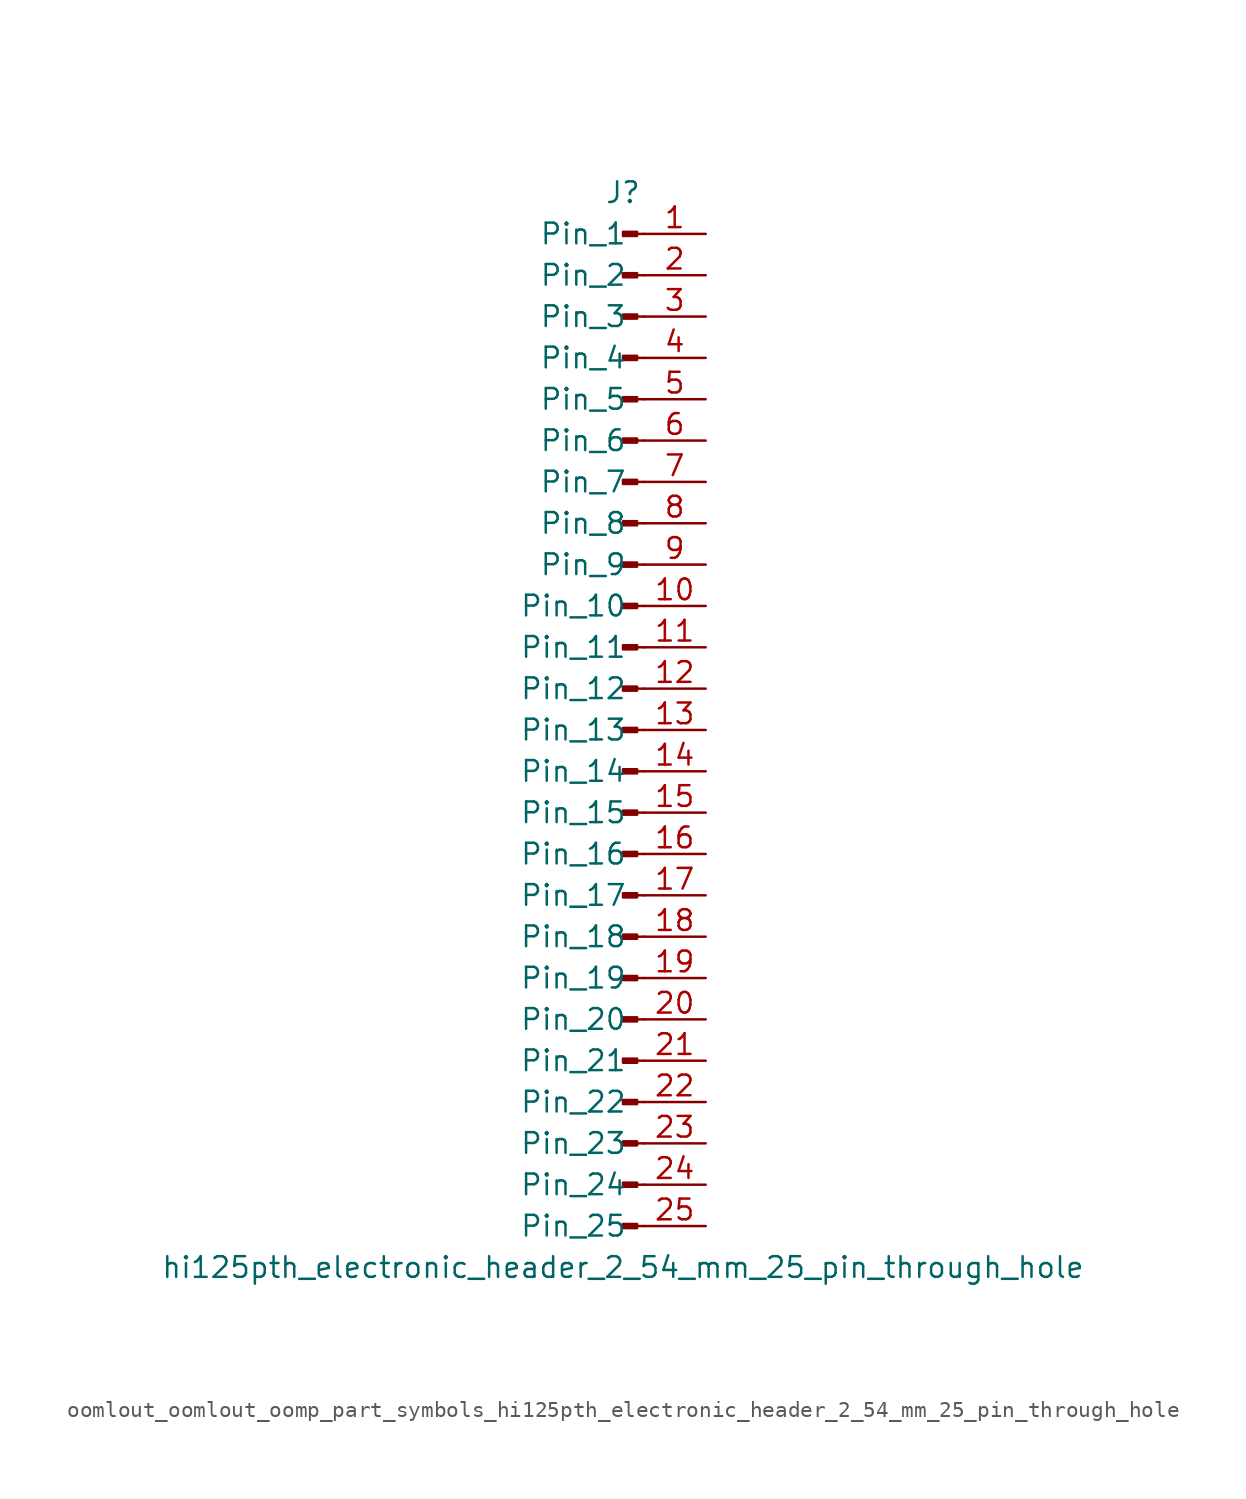
<source format=kicad_sym>
(kicad_symbol_lib
  (version 20220914)
  (generator kicad_symbol_editor)
  (symbol "oomlout_oomlout_oomp_part_symbols_hi125pth_electronic_header_2_54_mm_25_pin_through_hole"
    (pin_names
      (offset 1.016))
    (property "Reference" "J"
      (at 0 33.02 0)
      (effects (font (size 1.27 1.27))))
    (property "Value" "hi125pth_electronic_header_2_54_mm_25_pin_through_hole"
      (at 0 -33.02 0)
      (effects (font (size 1.27 1.27))))
    (property "ki_locked" ""
      (at 0 0 0)
      (effects (font (size 1.27 1.27))))
    (symbol "oomlout_oomlout_oomp_part_symbols_hi125pth_electronic_header_2_54_mm_25_pin_through_hole_1_1"
      (polyline (pts (xy 1.27 -30.48) (xy 0.864 -30.48)) (stroke (width 0.152) (type default)) (fill (type none)))
      (polyline (pts (xy 1.27 -27.94) (xy 0.864 -27.94)) (stroke (width 0.152) (type default)) (fill (type none)))
      (polyline (pts (xy 1.27 -25.4) (xy 0.864 -25.4)) (stroke (width 0.152) (type default)) (fill (type none)))
      (polyline (pts (xy 1.27 -22.86) (xy 0.864 -22.86)) (stroke (width 0.152) (type default)) (fill (type none)))
      (polyline (pts (xy 1.27 -20.32) (xy 0.864 -20.32)) (stroke (width 0.152) (type default)) (fill (type none)))
      (polyline (pts (xy 1.27 -17.78) (xy 0.864 -17.78)) (stroke (width 0.152) (type default)) (fill (type none)))
      (polyline (pts (xy 1.27 -15.24) (xy 0.864 -15.24)) (stroke (width 0.152) (type default)) (fill (type none)))
      (polyline (pts (xy 1.27 -12.7) (xy 0.864 -12.7)) (stroke (width 0.152) (type default)) (fill (type none)))
      (polyline (pts (xy 1.27 -10.16) (xy 0.864 -10.16)) (stroke (width 0.152) (type default)) (fill (type none)))
      (polyline (pts (xy 1.27 -7.62) (xy 0.864 -7.62)) (stroke (width 0.152) (type default)) (fill (type none)))
      (polyline (pts (xy 1.27 -5.08) (xy 0.864 -5.08)) (stroke (width 0.152) (type default)) (fill (type none)))
      (polyline (pts (xy 1.27 -2.54) (xy 0.864 -2.54)) (stroke (width 0.152) (type default)) (fill (type none)))
      (polyline (pts (xy 1.27 0) (xy 0.864 0)) (stroke (width 0.152) (type default)) (fill (type none)))
      (polyline (pts (xy 1.27 2.54) (xy 0.864 2.54)) (stroke (width 0.152) (type default)) (fill (type none)))
      (polyline (pts (xy 1.27 5.08) (xy 0.864 5.08)) (stroke (width 0.152) (type default)) (fill (type none)))
      (polyline (pts (xy 1.27 7.62) (xy 0.864 7.62)) (stroke (width 0.152) (type default)) (fill (type none)))
      (polyline (pts (xy 1.27 10.16) (xy 0.864 10.16)) (stroke (width 0.152) (type default)) (fill (type none)))
      (polyline (pts (xy 1.27 12.7) (xy 0.864 12.7)) (stroke (width 0.152) (type default)) (fill (type none)))
      (polyline (pts (xy 1.27 15.24) (xy 0.864 15.24)) (stroke (width 0.152) (type default)) (fill (type none)))
      (polyline (pts (xy 1.27 17.78) (xy 0.864 17.78)) (stroke (width 0.152) (type default)) (fill (type none)))
      (polyline (pts (xy 1.27 20.32) (xy 0.864 20.32)) (stroke (width 0.152) (type default)) (fill (type none)))
      (polyline (pts (xy 1.27 22.86) (xy 0.864 22.86)) (stroke (width 0.152) (type default)) (fill (type none)))
      (polyline (pts (xy 1.27 25.4) (xy 0.864 25.4)) (stroke (width 0.152) (type default)) (fill (type none)))
      (polyline (pts (xy 1.27 27.94) (xy 0.864 27.94)) (stroke (width 0.152) (type default)) (fill (type none)))
      (polyline (pts (xy 1.27 30.48) (xy 0.864 30.48)) (stroke (width 0.152) (type default)) (fill (type none)))
      (rectangle (start 0.864 -30.353) (end 0 -30.607) (stroke (width 0.152) (type default)) (fill (type outline)))
      (rectangle (start 0.864 -27.813) (end 0 -28.067) (stroke (width 0.152) (type default)) (fill (type outline)))
      (rectangle (start 0.864 -25.273) (end 0 -25.527) (stroke (width 0.152) (type default)) (fill (type outline)))
      (rectangle (start 0.864 -22.733) (end 0 -22.987) (stroke (width 0.152) (type default)) (fill (type outline)))
      (rectangle (start 0.864 -20.193) (end 0 -20.447) (stroke (width 0.152) (type default)) (fill (type outline)))
      (rectangle (start 0.864 -17.653) (end 0 -17.907) (stroke (width 0.152) (type default)) (fill (type outline)))
      (rectangle (start 0.864 -15.113) (end 0 -15.367) (stroke (width 0.152) (type default)) (fill (type outline)))
      (rectangle (start 0.864 -12.573) (end 0 -12.827) (stroke (width 0.152) (type default)) (fill (type outline)))
      (rectangle (start 0.864 -10.033) (end 0 -10.287) (stroke (width 0.152) (type default)) (fill (type outline)))
      (rectangle (start 0.864 -7.493) (end 0 -7.747) (stroke (width 0.152) (type default)) (fill (type outline)))
      (rectangle (start 0.864 -4.953) (end 0 -5.207) (stroke (width 0.152) (type default)) (fill (type outline)))
      (rectangle (start 0.864 -2.413) (end 0 -2.667) (stroke (width 0.152) (type default)) (fill (type outline)))
      (rectangle (start 0.864 0.127) (end 0 -0.127) (stroke (width 0.152) (type default)) (fill (type outline)))
      (rectangle (start 0.864 2.667) (end 0 2.413) (stroke (width 0.152) (type default)) (fill (type outline)))
      (rectangle (start 0.864 5.207) (end 0 4.953) (stroke (width 0.152) (type default)) (fill (type outline)))
      (rectangle (start 0.864 7.747) (end 0 7.493) (stroke (width 0.152) (type default)) (fill (type outline)))
      (rectangle (start 0.864 10.287) (end 0 10.033) (stroke (width 0.152) (type default)) (fill (type outline)))
      (rectangle (start 0.864 12.827) (end 0 12.573) (stroke (width 0.152) (type default)) (fill (type outline)))
      (rectangle (start 0.864 15.367) (end 0 15.113) (stroke (width 0.152) (type default)) (fill (type outline)))
      (rectangle (start 0.864 17.907) (end 0 17.653) (stroke (width 0.152) (type default)) (fill (type outline)))
      (rectangle (start 0.864 20.447) (end 0 20.193) (stroke (width 0.152) (type default)) (fill (type outline)))
      (rectangle (start 0.864 22.987) (end 0 22.733) (stroke (width 0.152) (type default)) (fill (type outline)))
      (rectangle (start 0.864 25.527) (end 0 25.273) (stroke (width 0.152) (type default)) (fill (type outline)))
      (rectangle (start 0.864 28.067) (end 0 27.813) (stroke (width 0.152) (type default)) (fill (type outline)))
      (rectangle (start 0.864 30.607) (end 0 30.353) (stroke (width 0.152) (type default)) (fill (type outline)))
      (pin passive line (at 5.08 30.48 180) (length 3.81) (name "Pin_1" (effects (font (size 1.27 1.27)))) (number "1" (effects (font (size 1.27 1.27)))))
      (pin passive line (at 5.08 7.62 180) (length 3.81) (name "Pin_10" (effects (font (size 1.27 1.27)))) (number "10" (effects (font (size 1.27 1.27)))))
      (pin passive line (at 5.08 5.08 180) (length 3.81) (name "Pin_11" (effects (font (size 1.27 1.27)))) (number "11" (effects (font (size 1.27 1.27)))))
      (pin passive line (at 5.08 2.54 180) (length 3.81) (name "Pin_12" (effects (font (size 1.27 1.27)))) (number "12" (effects (font (size 1.27 1.27)))))
      (pin passive line (at 5.08 0 180) (length 3.81) (name "Pin_13" (effects (font (size 1.27 1.27)))) (number "13" (effects (font (size 1.27 1.27)))))
      (pin passive line (at 5.08 -2.54 180) (length 3.81) (name "Pin_14" (effects (font (size 1.27 1.27)))) (number "14" (effects (font (size 1.27 1.27)))))
      (pin passive line (at 5.08 -5.08 180) (length 3.81) (name "Pin_15" (effects (font (size 1.27 1.27)))) (number "15" (effects (font (size 1.27 1.27)))))
      (pin passive line (at 5.08 -7.62 180) (length 3.81) (name "Pin_16" (effects (font (size 1.27 1.27)))) (number "16" (effects (font (size 1.27 1.27)))))
      (pin passive line (at 5.08 -10.16 180) (length 3.81) (name "Pin_17" (effects (font (size 1.27 1.27)))) (number "17" (effects (font (size 1.27 1.27)))))
      (pin passive line (at 5.08 -12.7 180) (length 3.81) (name "Pin_18" (effects (font (size 1.27 1.27)))) (number "18" (effects (font (size 1.27 1.27)))))
      (pin passive line (at 5.08 -15.24 180) (length 3.81) (name "Pin_19" (effects (font (size 1.27 1.27)))) (number "19" (effects (font (size 1.27 1.27)))))
      (pin passive line (at 5.08 27.94 180) (length 3.81) (name "Pin_2" (effects (font (size 1.27 1.27)))) (number "2" (effects (font (size 1.27 1.27)))))
      (pin passive line (at 5.08 -17.78 180) (length 3.81) (name "Pin_20" (effects (font (size 1.27 1.27)))) (number "20" (effects (font (size 1.27 1.27)))))
      (pin passive line (at 5.08 -20.32 180) (length 3.81) (name "Pin_21" (effects (font (size 1.27 1.27)))) (number "21" (effects (font (size 1.27 1.27)))))
      (pin passive line (at 5.08 -22.86 180) (length 3.81) (name "Pin_22" (effects (font (size 1.27 1.27)))) (number "22" (effects (font (size 1.27 1.27)))))
      (pin passive line (at 5.08 -25.4 180) (length 3.81) (name "Pin_23" (effects (font (size 1.27 1.27)))) (number "23" (effects (font (size 1.27 1.27)))))
      (pin passive line (at 5.08 -27.94 180) (length 3.81) (name "Pin_24" (effects (font (size 1.27 1.27)))) (number "24" (effects (font (size 1.27 1.27)))))
      (pin passive line (at 5.08 -30.48 180) (length 3.81) (name "Pin_25" (effects (font (size 1.27 1.27)))) (number "25" (effects (font (size 1.27 1.27)))))
      (pin passive line (at 5.08 25.4 180) (length 3.81) (name "Pin_3" (effects (font (size 1.27 1.27)))) (number "3" (effects (font (size 1.27 1.27)))))
      (pin passive line (at 5.08 22.86 180) (length 3.81) (name "Pin_4" (effects (font (size 1.27 1.27)))) (number "4" (effects (font (size 1.27 1.27)))))
      (pin passive line (at 5.08 20.32 180) (length 3.81) (name "Pin_5" (effects (font (size 1.27 1.27)))) (number "5" (effects (font (size 1.27 1.27)))))
      (pin passive line (at 5.08 17.78 180) (length 3.81) (name "Pin_6" (effects (font (size 1.27 1.27)))) (number "6" (effects (font (size 1.27 1.27)))))
      (pin passive line (at 5.08 15.24 180) (length 3.81) (name "Pin_7" (effects (font (size 1.27 1.27)))) (number "7" (effects (font (size 1.27 1.27)))))
      (pin passive line (at 5.08 12.7 180) (length 3.81) (name "Pin_8" (effects (font (size 1.27 1.27)))) (number "8" (effects (font (size 1.27 1.27)))))
      (pin passive line (at 5.08 10.16 180) (length 3.81) (name "Pin_9" (effects (font (size 1.27 1.27)))) (number "9" (effects (font (size 1.27 1.27))))))))
</source>
